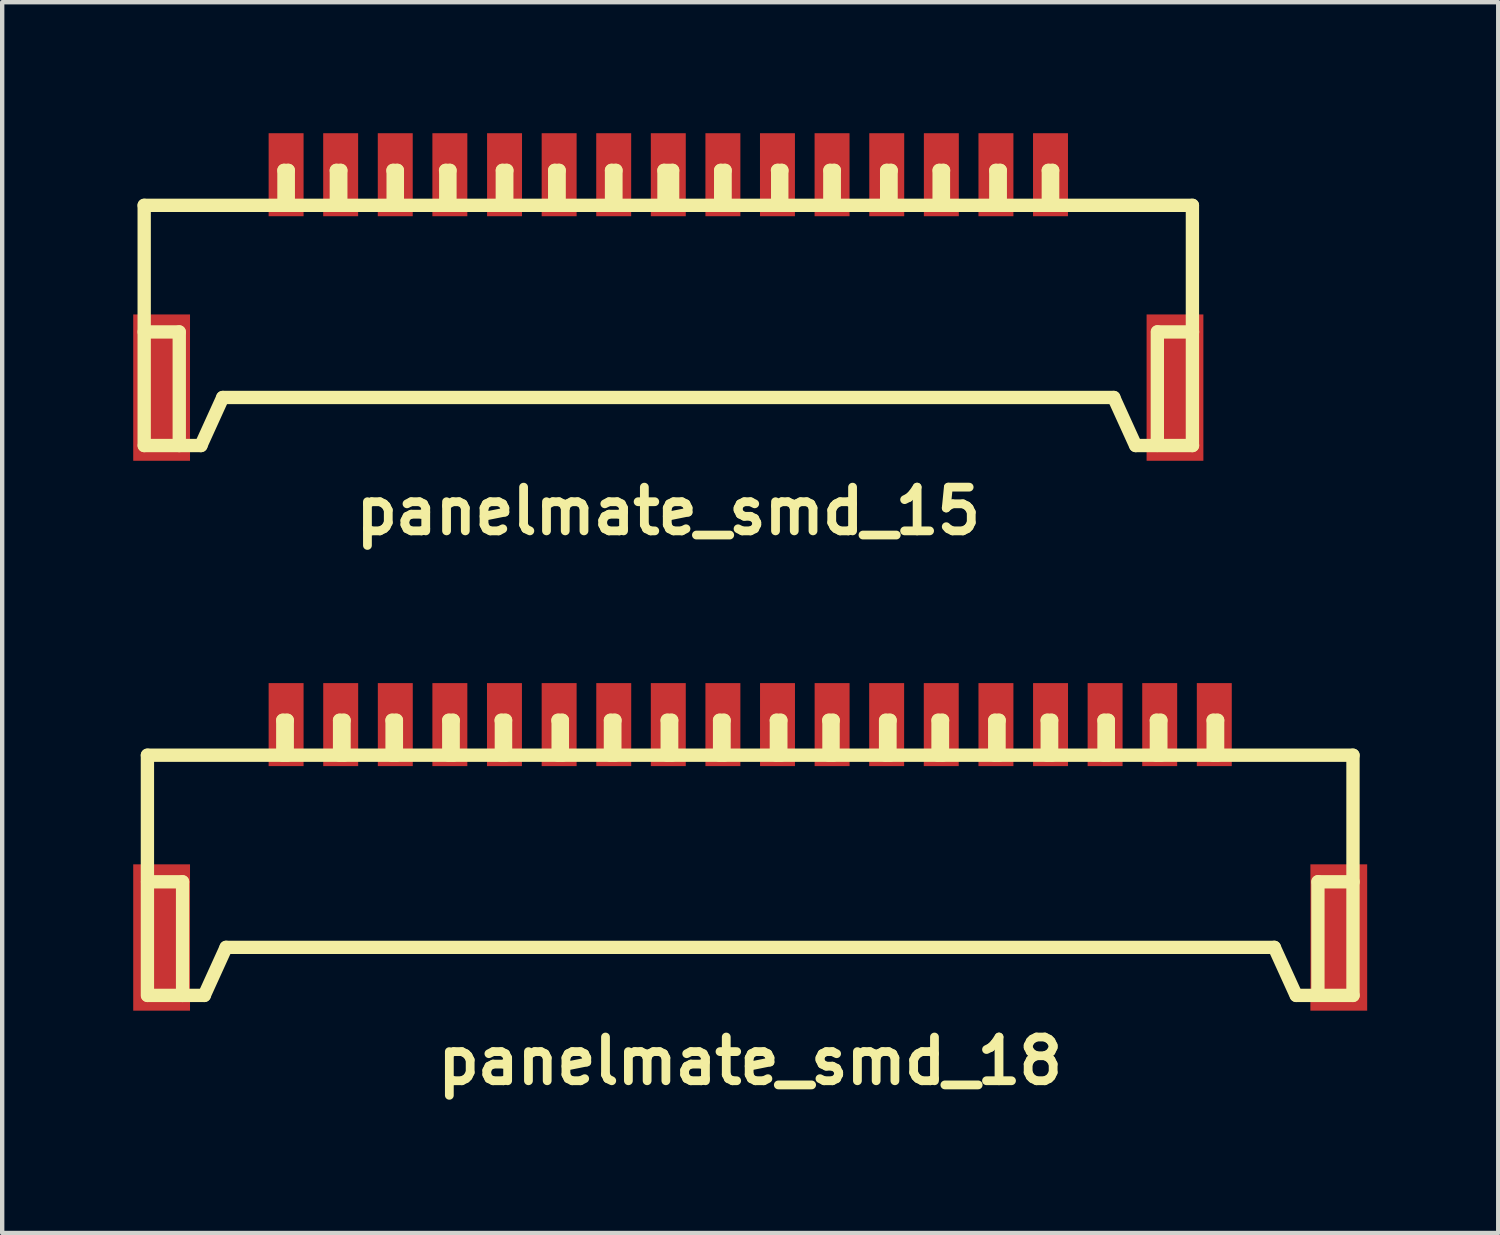
<source format=kicad_pcb>
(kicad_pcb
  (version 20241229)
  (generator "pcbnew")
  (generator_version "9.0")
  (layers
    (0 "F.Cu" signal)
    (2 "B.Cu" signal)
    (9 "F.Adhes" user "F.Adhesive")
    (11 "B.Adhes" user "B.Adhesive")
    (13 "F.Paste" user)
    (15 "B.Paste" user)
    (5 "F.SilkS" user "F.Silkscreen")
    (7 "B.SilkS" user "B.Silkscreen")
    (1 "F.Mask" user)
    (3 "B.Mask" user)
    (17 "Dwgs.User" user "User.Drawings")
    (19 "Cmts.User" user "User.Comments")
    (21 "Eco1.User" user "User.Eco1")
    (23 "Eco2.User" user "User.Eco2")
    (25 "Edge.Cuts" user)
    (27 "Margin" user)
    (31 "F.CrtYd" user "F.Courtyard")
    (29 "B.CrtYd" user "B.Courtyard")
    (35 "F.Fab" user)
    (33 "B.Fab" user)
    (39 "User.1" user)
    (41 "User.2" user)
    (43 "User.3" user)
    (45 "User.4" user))
  (footprint "panelmate_smd_18"
    (layer "F.Cu")
    (at 14.125 17.039)
    (property "Reference" "panelmate_smd_18" (at 0 4.201 0) (layer "F.SilkS") (effects (font (size 1.001 1.001) (thickness 0.201))))
    (attr through_hole)
    (fp_line (start -13.8 -2.799) (end -13.8 2.7) (stroke (width 0.305) (type solid)) (layer "F.SilkS"))
    (fp_line (start -13.797 0.099) (end -12.997 0.099) (stroke (width 0.305) (type solid)) (layer "F.SilkS"))
    (fp_line (start -12.995 0.099) (end -12.995 2.7) (stroke (width 0.305) (type solid)) (layer "F.SilkS"))
    (fp_line (start -12.499 2.7) (end -11.999 1.6) (stroke (width 0.305) (type solid)) (layer "F.SilkS"))
    (fp_line (start -12.497 2.7) (end -13.795 2.7) (stroke (width 0.305) (type solid)) (layer "F.SilkS"))
    (fp_line (start -11.999 1.6) (end 11.999 1.6) (stroke (width 0.305) (type solid)) (layer "F.SilkS"))
    (fp_line (start -10.701 -3.599) (end -10.599 -3.599) (stroke (width 0.305) (type solid)) (layer "F.SilkS"))
    (fp_line (start -10.701 -2.799) (end -10.701 -3.599) (stroke (width 0.305) (type solid)) (layer "F.SilkS"))
    (fp_line (start -10.599 -3.599) (end -10.599 -2.799) (stroke (width 0.305) (type solid)) (layer "F.SilkS"))
    (fp_line (start -9.401 -3.599) (end -9.401 -2.799) (stroke (width 0.305) (type solid)) (layer "F.SilkS"))
    (fp_line (start -9.299 -3.599) (end -9.401 -3.599) (stroke (width 0.305) (type solid)) (layer "F.SilkS"))
    (fp_line (start -9.299 -2.799) (end -9.299 -3.599) (stroke (width 0.305) (type solid)) (layer "F.SilkS"))
    (fp_line (start -8.199 -3.599) (end -8.1 -3.599) (stroke (width 0.305) (type solid)) (layer "F.SilkS"))
    (fp_line (start -8.199 -2.799) (end -8.199 -3.599) (stroke (width 0.305) (type solid)) (layer "F.SilkS"))
    (fp_line (start -8.1 -3.599) (end -8.1 -2.799) (stroke (width 0.305) (type solid)) (layer "F.SilkS"))
    (fp_line (start -6.901 -3.599) (end -6.901 -2.799) (stroke (width 0.305) (type solid)) (layer "F.SilkS"))
    (fp_line (start -6.8 -3.599) (end -6.901 -3.599) (stroke (width 0.305) (type solid)) (layer "F.SilkS"))
    (fp_line (start -6.8 -2.799) (end -6.8 -3.599) (stroke (width 0.305) (type solid)) (layer "F.SilkS"))
    (fp_line (start -5.702 -3.599) (end -5.601 -3.599) (stroke (width 0.305) (type solid)) (layer "F.SilkS"))
    (fp_line (start -5.697 -2.799) (end -5.697 -3.599) (stroke (width 0.305) (type solid)) (layer "F.SilkS"))
    (fp_line (start -5.601 -3.599) (end -5.601 -2.799) (stroke (width 0.305) (type solid)) (layer "F.SilkS"))
    (fp_line (start -4.402 -3.599) (end -4.3 -3.599) (stroke (width 0.305) (type solid)) (layer "F.SilkS"))
    (fp_line (start -4.397 -2.799) (end -4.397 -3.599) (stroke (width 0.305) (type solid)) (layer "F.SilkS"))
    (fp_line (start -4.3 -3.599) (end -4.3 -2.799) (stroke (width 0.305) (type solid)) (layer "F.SilkS"))
    (fp_line (start -3.2 -3.599) (end -3.2 -2.799) (stroke (width 0.305) (type solid)) (layer "F.SilkS"))
    (fp_line (start -3.099 -3.599) (end -3.099 -2.799) (stroke (width 0.305) (type solid)) (layer "F.SilkS"))
    (fp_line (start -3.096 -3.599) (end -3.198 -3.599) (stroke (width 0.305) (type solid)) (layer "F.SilkS"))
    (fp_line (start -1.9 -3.599) (end -1.798 -3.599) (stroke (width 0.305) (type solid)) (layer "F.SilkS"))
    (fp_line (start -1.9 -2.799) (end -1.9 -3.599) (stroke (width 0.305) (type solid)) (layer "F.SilkS"))
    (fp_line (start -1.798 -3.599) (end -1.798 -2.799) (stroke (width 0.305) (type solid)) (layer "F.SilkS"))
    (fp_line (start -0.701 -3.599) (end -0.599 -3.599) (stroke (width 0.305) (type solid)) (layer "F.SilkS"))
    (fp_line (start -0.701 -2.799) (end -0.701 -3.599) (stroke (width 0.305) (type solid)) (layer "F.SilkS"))
    (fp_line (start -0.599 -3.599) (end -0.599 -2.799) (stroke (width 0.305) (type solid)) (layer "F.SilkS"))
    (fp_line (start 0.599 -3.599) (end 0.599 -2.799) (stroke (width 0.305) (type solid)) (layer "F.SilkS"))
    (fp_line (start 0.701 -3.599) (end 0.599 -3.599) (stroke (width 0.305) (type solid)) (layer "F.SilkS"))
    (fp_line (start 0.701 -2.799) (end 0.701 -3.599) (stroke (width 0.305) (type solid)) (layer "F.SilkS"))
    (fp_line (start 1.803 -3.599) (end 1.803 -2.799) (stroke (width 0.305) (type solid)) (layer "F.SilkS"))
    (fp_line (start 1.897 -3.599) (end 1.897 -2.799) (stroke (width 0.305) (type solid)) (layer "F.SilkS"))
    (fp_line (start 1.9 -3.599) (end 1.798 -3.599) (stroke (width 0.305) (type solid)) (layer "F.SilkS"))
    (fp_line (start 3.099 -3.599) (end 3.099 -2.799) (stroke (width 0.305) (type solid)) (layer "F.SilkS"))
    (fp_line (start 3.104 -3.599) (end 3.203 -3.599) (stroke (width 0.305) (type solid)) (layer "F.SilkS"))
    (fp_line (start 3.2 -2.799) (end 3.2 -3.599) (stroke (width 0.305) (type solid)) (layer "F.SilkS"))
    (fp_line (start 4.3 -3.599) (end 4.3 -2.799) (stroke (width 0.305) (type solid)) (layer "F.SilkS"))
    (fp_line (start 4.402 -2.799) (end 4.402 -3.599) (stroke (width 0.305) (type solid)) (layer "F.SilkS"))
    (fp_line (start 4.404 -3.599) (end 4.303 -3.599) (stroke (width 0.305) (type solid)) (layer "F.SilkS"))
    (fp_line (start 5.598 -3.599) (end 5.598 -2.799) (stroke (width 0.305) (type solid)) (layer "F.SilkS"))
    (fp_line (start 5.601 -3.599) (end 5.7 -3.599) (stroke (width 0.305) (type solid)) (layer "F.SilkS"))
    (fp_line (start 5.697 -2.799) (end 5.697 -3.599) (stroke (width 0.305) (type solid)) (layer "F.SilkS"))
    (fp_line (start 6.8 -3.599) (end 6.901 -3.599) (stroke (width 0.305) (type solid)) (layer "F.SilkS"))
    (fp_line (start 6.8 -2.799) (end 6.8 -3.599) (stroke (width 0.305) (type solid)) (layer "F.SilkS"))
    (fp_line (start 6.901 -3.599) (end 6.901 -2.799) (stroke (width 0.305) (type solid)) (layer "F.SilkS"))
    (fp_line (start 8.1 -3.599) (end 8.1 -2.799) (stroke (width 0.305) (type solid)) (layer "F.SilkS"))
    (fp_line (start 8.199 -3.599) (end 8.1 -3.599) (stroke (width 0.305) (type solid)) (layer "F.SilkS"))
    (fp_line (start 8.199 -2.799) (end 8.199 -3.599) (stroke (width 0.305) (type solid)) (layer "F.SilkS"))
    (fp_line (start 9.299 -3.599) (end 9.401 -3.599) (stroke (width 0.305) (type solid)) (layer "F.SilkS"))
    (fp_line (start 9.299 -2.799) (end 9.299 -3.599) (stroke (width 0.305) (type solid)) (layer "F.SilkS"))
    (fp_line (start 9.401 -3.599) (end 9.401 -2.799) (stroke (width 0.305) (type solid)) (layer "F.SilkS"))
    (fp_line (start 10.599 -3.599) (end 10.701 -3.599) (stroke (width 0.305) (type solid)) (layer "F.SilkS"))
    (fp_line (start 10.599 -2.799) (end 10.599 -3.599) (stroke (width 0.305) (type solid)) (layer "F.SilkS"))
    (fp_line (start 10.701 -3.599) (end 10.701 -2.799) (stroke (width 0.305) (type solid)) (layer "F.SilkS"))
    (fp_line (start 11.999 1.6) (end 12.499 2.7) (stroke (width 0.305) (type solid)) (layer "F.SilkS"))
    (fp_line (start 12.504 2.7) (end 13.802 2.7) (stroke (width 0.305) (type solid)) (layer "F.SilkS"))
    (fp_line (start 12.997 0.097) (end 12.997 2.697) (stroke (width 0.305) (type solid)) (layer "F.SilkS"))
    (fp_line (start 13.8 -2.799) (end -13.8 -2.799) (stroke (width 0.305) (type solid)) (layer "F.SilkS"))
    (fp_line (start 13.8 -2.799) (end 13.8 2.7) (stroke (width 0.305) (type solid)) (layer "F.SilkS"))
    (fp_line (start 13.802 0.099) (end 13.002 0.099) (stroke (width 0.305) (type solid)) (layer "F.SilkS"))
    (pad "1" smd rect (at -10.625 -3.5) (size 0.8 1.9) (layers "F.Cu" "F.Mask" "F.Paste"))
    (pad "2" smd rect (at -9.375 -3.5) (size 0.8 1.9) (layers "F.Cu" "F.Mask" "F.Paste"))
    (pad "3" smd rect (at -8.125 -3.5) (size 0.8 1.9) (layers "F.Cu" "F.Mask" "F.Paste"))
    (pad "4" smd rect (at -6.876 -3.5) (size 0.8 1.9) (layers "F.Cu" "F.Mask" "F.Paste"))
    (pad "5" smd rect (at -5.626 -3.5) (size 0.8 1.9) (layers "F.Cu" "F.Mask" "F.Paste"))
    (pad "6" smd rect (at -4.374 -3.5) (size 0.8 1.9) (layers "F.Cu" "F.Mask" "F.Paste"))
    (pad "7" smd rect (at -3.124 -3.5) (size 0.8 1.9) (layers "F.Cu" "F.Mask" "F.Paste"))
    (pad "8" smd rect (at -1.875 -3.5) (size 0.8 1.9) (layers "F.Cu" "F.Mask" "F.Paste"))
    (pad "9" smd rect (at -0.625 -3.5) (size 0.8 1.9) (layers "F.Cu" "F.Mask" "F.Paste"))
    (pad "10" smd rect (at 0.625 -3.5) (size 0.8 1.9) (layers "F.Cu" "F.Mask" "F.Paste"))
    (pad "11" smd rect (at 1.875 -3.5) (size 0.8 1.9) (layers "F.Cu" "F.Mask" "F.Paste"))
    (pad "12" smd rect (at 3.124 -3.5) (size 0.8 1.9) (layers "F.Cu" "F.Mask" "F.Paste"))
    (pad "13" smd rect (at 4.374 -3.5) (size 0.8 1.9) (layers "F.Cu" "F.Mask" "F.Paste"))
    (pad "14" smd rect (at 5.626 -3.5) (size 0.8 1.9) (layers "F.Cu" "F.Mask" "F.Paste"))
    (pad "15" smd rect (at 6.876 -3.5) (size 0.8 1.9) (layers "F.Cu" "F.Mask" "F.Paste"))
    (pad "16" smd rect (at 8.125 -3.5) (size 0.8 1.9) (layers "F.Cu" "F.Mask" "F.Paste"))
    (pad "17" smd rect (at 9.375 -3.5) (size 0.8 1.9) (layers "F.Cu" "F.Mask" "F.Paste"))
    (pad "18" smd rect (at 10.625 -3.5) (size 0.8 1.9) (layers "F.Cu" "F.Mask" "F.Paste"))
    (pad "19" smd rect (at -13.475 1.374) (size 1.3 3.35) (layers "F.Cu" "F.Mask" "F.Paste"))
    (pad "19" smd rect (at 13.475 1.374) (size 1.3 3.35) (layers "F.Cu" "F.Mask" "F.Paste")))
  (footprint "panelmate_smd_15"
    (layer "F.Cu")
    (at 12.25 4.45)
    (property "Reference" "panelmate_smd_15" (at 0 4.201 0) (layer "F.SilkS") (effects (font (size 1.001 1.001) (thickness 0.201))))
    (attr through_hole)
    (fp_line (start -11.999 -2.799) (end -11.999 2.7) (stroke (width 0.305) (type solid)) (layer "F.SilkS"))
    (fp_line (start -11.999 -2.799) (end 11.999 -2.799) (stroke (width 0.305) (type solid)) (layer "F.SilkS"))
    (fp_line (start -11.999 0.099) (end -11.199 0.099) (stroke (width 0.305) (type solid)) (layer "F.SilkS"))
    (fp_line (start -11.196 0.099) (end -11.196 2.7) (stroke (width 0.305) (type solid)) (layer "F.SilkS"))
    (fp_line (start -10.701 2.7) (end -10.201 1.6) (stroke (width 0.305) (type solid)) (layer "F.SilkS"))
    (fp_line (start -10.698 2.7) (end -11.996 2.7) (stroke (width 0.305) (type solid)) (layer "F.SilkS"))
    (fp_line (start -8.799 -3.599) (end -8.7 -3.599) (stroke (width 0.305) (type solid)) (layer "F.SilkS"))
    (fp_line (start -8.799 -2.799) (end -8.799 -3.599) (stroke (width 0.305) (type solid)) (layer "F.SilkS"))
    (fp_line (start -8.7 -3.599) (end -8.7 -2.799) (stroke (width 0.305) (type solid)) (layer "F.SilkS"))
    (fp_line (start -7.6 -3.599) (end -7.6 -2.799) (stroke (width 0.305) (type solid)) (layer "F.SilkS"))
    (fp_line (start -7.498 -3.599) (end -7.6 -3.599) (stroke (width 0.305) (type solid)) (layer "F.SilkS"))
    (fp_line (start -7.498 -2.799) (end -7.498 -3.599) (stroke (width 0.305) (type solid)) (layer "F.SilkS"))
    (fp_line (start -6.304 -3.599) (end -6.203 -3.599) (stroke (width 0.305) (type solid)) (layer "F.SilkS"))
    (fp_line (start -6.299 -2.799) (end -6.299 -3.599) (stroke (width 0.305) (type solid)) (layer "F.SilkS"))
    (fp_line (start -6.203 -3.599) (end -6.203 -2.799) (stroke (width 0.305) (type solid)) (layer "F.SilkS"))
    (fp_line (start -5.1 -3.599) (end -4.999 -3.599) (stroke (width 0.305) (type solid)) (layer "F.SilkS"))
    (fp_line (start -5.095 -2.799) (end -5.095 -3.599) (stroke (width 0.305) (type solid)) (layer "F.SilkS"))
    (fp_line (start -4.999 -3.599) (end -4.999 -2.799) (stroke (width 0.305) (type solid)) (layer "F.SilkS"))
    (fp_line (start -3.8 -3.599) (end -3.8 -2.799) (stroke (width 0.305) (type solid)) (layer "F.SilkS"))
    (fp_line (start -3.698 -3.599) (end -3.698 -2.799) (stroke (width 0.305) (type solid)) (layer "F.SilkS"))
    (fp_line (start -3.696 -3.599) (end -3.797 -3.599) (stroke (width 0.305) (type solid)) (layer "F.SilkS"))
    (fp_line (start -2.601 -3.599) (end -2.499 -3.599) (stroke (width 0.305) (type solid)) (layer "F.SilkS"))
    (fp_line (start -2.601 -2.799) (end -2.601 -3.599) (stroke (width 0.305) (type solid)) (layer "F.SilkS"))
    (fp_line (start -2.499 -3.599) (end -2.499 -2.799) (stroke (width 0.305) (type solid)) (layer "F.SilkS"))
    (fp_line (start -1.3 -3.599) (end -1.199 -3.599) (stroke (width 0.305) (type solid)) (layer "F.SilkS"))
    (fp_line (start -1.3 -2.799) (end -1.3 -3.599) (stroke (width 0.305) (type solid)) (layer "F.SilkS"))
    (fp_line (start -1.199 -3.599) (end -1.199 -2.799) (stroke (width 0.305) (type solid)) (layer "F.SilkS"))
    (fp_line (start -0.099 -3.599) (end 0.099 -3.599) (stroke (width 0.305) (type solid)) (layer "F.SilkS"))
    (fp_line (start -0.099 -2.799) (end -0.099 -3.599) (stroke (width 0.305) (type solid)) (layer "F.SilkS"))
    (fp_line (start 0.099 -3.599) (end 0.099 -2.799) (stroke (width 0.305) (type solid)) (layer "F.SilkS"))
    (fp_line (start 1.199 -3.599) (end 1.199 -2.799) (stroke (width 0.305) (type solid)) (layer "F.SilkS"))
    (fp_line (start 1.3 -3.599) (end 1.199 -3.599) (stroke (width 0.305) (type solid)) (layer "F.SilkS"))
    (fp_line (start 1.3 -2.799) (end 1.3 -3.599) (stroke (width 0.305) (type solid)) (layer "F.SilkS"))
    (fp_line (start 2.504 -3.599) (end 2.504 -2.799) (stroke (width 0.305) (type solid)) (layer "F.SilkS"))
    (fp_line (start 2.598 -3.599) (end 2.598 -2.799) (stroke (width 0.305) (type solid)) (layer "F.SilkS"))
    (fp_line (start 2.601 -3.599) (end 2.499 -3.599) (stroke (width 0.305) (type solid)) (layer "F.SilkS"))
    (fp_line (start 3.698 -3.599) (end 3.698 -2.799) (stroke (width 0.305) (type solid)) (layer "F.SilkS"))
    (fp_line (start 3.703 -3.599) (end 3.802 -3.599) (stroke (width 0.305) (type solid)) (layer "F.SilkS"))
    (fp_line (start 3.8 -2.799) (end 3.8 -3.599) (stroke (width 0.305) (type solid)) (layer "F.SilkS"))
    (fp_line (start 4.999 -3.599) (end 4.999 -2.799) (stroke (width 0.305) (type solid)) (layer "F.SilkS"))
    (fp_line (start 5.1 -2.799) (end 5.1 -3.599) (stroke (width 0.305) (type solid)) (layer "F.SilkS"))
    (fp_line (start 5.103 -3.599) (end 5.001 -3.599) (stroke (width 0.305) (type solid)) (layer "F.SilkS"))
    (fp_line (start 6.2 -3.599) (end 6.2 -2.799) (stroke (width 0.305) (type solid)) (layer "F.SilkS"))
    (fp_line (start 6.203 -3.599) (end 6.302 -3.599) (stroke (width 0.305) (type solid)) (layer "F.SilkS"))
    (fp_line (start 6.299 -2.799) (end 6.299 -3.599) (stroke (width 0.305) (type solid)) (layer "F.SilkS"))
    (fp_line (start 7.498 -3.599) (end 7.6 -3.599) (stroke (width 0.305) (type solid)) (layer "F.SilkS"))
    (fp_line (start 7.498 -2.799) (end 7.498 -3.599) (stroke (width 0.305) (type solid)) (layer "F.SilkS"))
    (fp_line (start 7.6 -3.599) (end 7.6 -2.799) (stroke (width 0.305) (type solid)) (layer "F.SilkS"))
    (fp_line (start 8.7 -3.599) (end 8.7 -2.799) (stroke (width 0.305) (type solid)) (layer "F.SilkS"))
    (fp_line (start 8.799 -3.599) (end 8.7 -3.599) (stroke (width 0.305) (type solid)) (layer "F.SilkS"))
    (fp_line (start 8.799 -2.799) (end 8.799 -3.599) (stroke (width 0.305) (type solid)) (layer "F.SilkS"))
    (fp_line (start 10.198 1.6) (end 10.698 2.7) (stroke (width 0.305) (type solid)) (layer "F.SilkS"))
    (fp_line (start 10.201 1.6) (end -10.201 1.6) (stroke (width 0.305) (type solid)) (layer "F.SilkS"))
    (fp_line (start 10.704 2.7) (end 12.002 2.7) (stroke (width 0.305) (type solid)) (layer "F.SilkS"))
    (fp_line (start 11.196 0.097) (end 11.196 2.697) (stroke (width 0.305) (type solid)) (layer "F.SilkS"))
    (fp_line (start 11.999 -2.799) (end 11.999 2.7) (stroke (width 0.305) (type solid)) (layer "F.SilkS"))
    (fp_line (start 12.002 0.099) (end 11.201 0.099) (stroke (width 0.305) (type solid)) (layer "F.SilkS"))
    (pad "1" smd rect (at -8.75 -3.5) (size 0.8 1.9) (layers "F.Cu" "F.Mask" "F.Paste"))
    (pad "2" smd rect (at -7.501 -3.5) (size 0.8 1.9) (layers "F.Cu" "F.Mask" "F.Paste"))
    (pad "3" smd rect (at -6.251 -3.5) (size 0.8 1.9) (layers "F.Cu" "F.Mask" "F.Paste"))
    (pad "4" smd rect (at -5.001 -3.5) (size 0.8 1.9) (layers "F.Cu" "F.Mask" "F.Paste"))
    (pad "5" smd rect (at -3.749 -3.5) (size 0.8 1.9) (layers "F.Cu" "F.Mask" "F.Paste"))
    (pad "6" smd rect (at -2.499 -3.5) (size 0.8 1.9) (layers "F.Cu" "F.Mask" "F.Paste"))
    (pad "7" smd rect (at -1.25 -3.5) (size 0.8 1.9) (layers "F.Cu" "F.Mask" "F.Paste"))
    (pad "8" smd rect (at 0 -3.5) (size 0.8 1.9) (layers "F.Cu" "F.Mask" "F.Paste"))
    (pad "9" smd rect (at 1.25 -3.5) (size 0.8 1.9) (layers "F.Cu" "F.Mask" "F.Paste"))
    (pad "10" smd rect (at 2.499 -3.5) (size 0.8 1.9) (layers "F.Cu" "F.Mask" "F.Paste"))
    (pad "11" smd rect (at 3.749 -3.5) (size 0.8 1.9) (layers "F.Cu" "F.Mask" "F.Paste"))
    (pad "12" smd rect (at 5.001 -3.5) (size 0.8 1.9) (layers "F.Cu" "F.Mask" "F.Paste"))
    (pad "13" smd rect (at 6.251 -3.5) (size 0.8 1.9) (layers "F.Cu" "F.Mask" "F.Paste"))
    (pad "14" smd rect (at 7.501 -3.5) (size 0.8 1.9) (layers "F.Cu" "F.Mask" "F.Paste"))
    (pad "15" smd rect (at 8.75 -3.5) (size 0.8 1.9) (layers "F.Cu" "F.Mask" "F.Paste"))
    (pad "16" smd rect (at -11.6 1.374) (size 1.3 3.35) (layers "F.Cu" "F.Mask" "F.Paste"))
    (pad "16" smd rect (at 11.6 1.374) (size 1.3 3.35) (layers "F.Cu" "F.Mask" "F.Paste")))
  (gr_rect
    (start -3 -3)
    (end 31.25 25.178)
    (stroke (width 0.1) (type default))
    (fill no)
    (layer "Edge.Cuts")))
</source>
